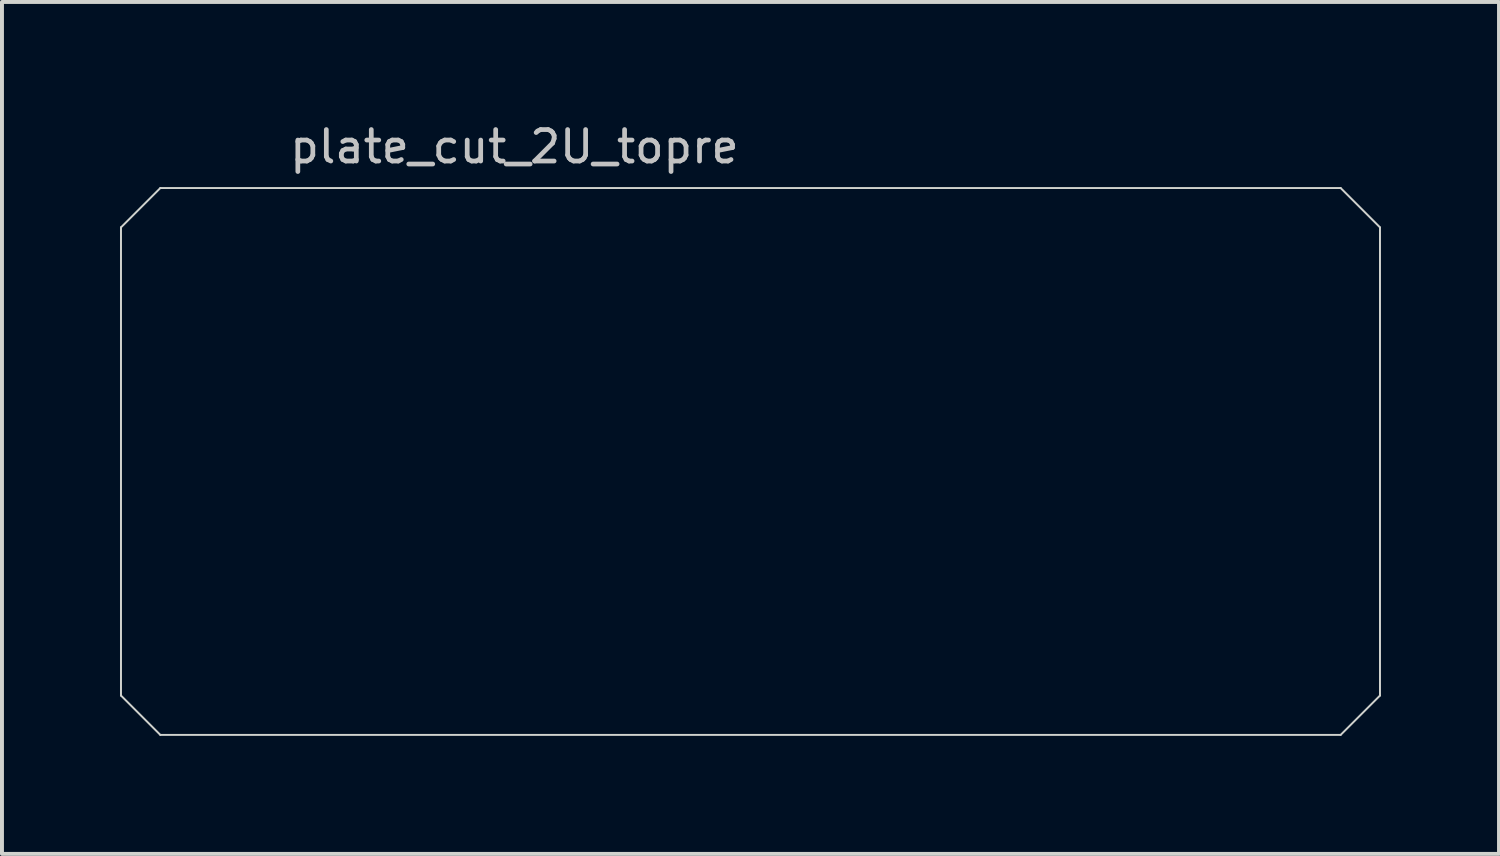
<source format=kicad_pcb>
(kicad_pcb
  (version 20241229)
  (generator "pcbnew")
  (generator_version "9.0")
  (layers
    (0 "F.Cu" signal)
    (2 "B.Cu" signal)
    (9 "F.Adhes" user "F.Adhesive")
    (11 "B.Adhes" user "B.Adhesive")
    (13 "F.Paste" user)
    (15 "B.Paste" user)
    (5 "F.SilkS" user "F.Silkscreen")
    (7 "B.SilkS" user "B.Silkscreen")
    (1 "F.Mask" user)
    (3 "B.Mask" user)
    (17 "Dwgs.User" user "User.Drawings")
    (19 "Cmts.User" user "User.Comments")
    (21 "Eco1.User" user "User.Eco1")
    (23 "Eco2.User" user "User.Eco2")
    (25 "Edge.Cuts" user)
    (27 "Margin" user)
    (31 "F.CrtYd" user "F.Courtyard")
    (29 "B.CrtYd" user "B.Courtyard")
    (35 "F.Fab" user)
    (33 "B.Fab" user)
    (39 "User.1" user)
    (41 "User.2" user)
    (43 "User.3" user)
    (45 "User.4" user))
  (footprint "plate_cut_2U_topre"
    (layer "F.Cu")
    (at 16.025 8.679)
    (property "Reference" "plate_cut_2U_topre" (at -6 -8 0) (layer "Dwgs.User") (effects (font (size 0.8 0.8) (thickness 0.12))))
    (attr smd)
    (fp_line (start -16 -5.95) (end -16 5.95) (stroke (width 0.05) (type default)) (layer "Edge.Cuts"))
    (fp_line (start -16 -5.95) (end -15 -6.95) (stroke (width 0.05) (type default)) (layer "Edge.Cuts"))
    (fp_line (start -15 6.95) (end -16 5.95) (stroke (width 0.05) (type default)) (layer "Edge.Cuts"))
    (fp_line (start -15 6.95) (end 15 6.95) (stroke (width 0.05) (type default)) (layer "Edge.Cuts"))
    (fp_line (start 15 -6.95) (end -15 -6.95) (stroke (width 0.05) (type default)) (layer "Edge.Cuts"))
    (fp_line (start 15 6.95) (end 16 5.95) (stroke (width 0.05) (type default)) (layer "Edge.Cuts"))
    (fp_line (start 16 -5.95) (end 15 -6.95) (stroke (width 0.05) (type default)) (layer "Edge.Cuts"))
    (fp_line (start 16 5.95) (end 16 -5.95) (stroke (width 0.05) (type default)) (layer "Edge.Cuts")))
  (gr_rect
    (start -3 -3)
    (end 35.05 18.654)
    (stroke (width 0.1) (type default))
    (fill no)
    (layer "Edge.Cuts")))
</source>
